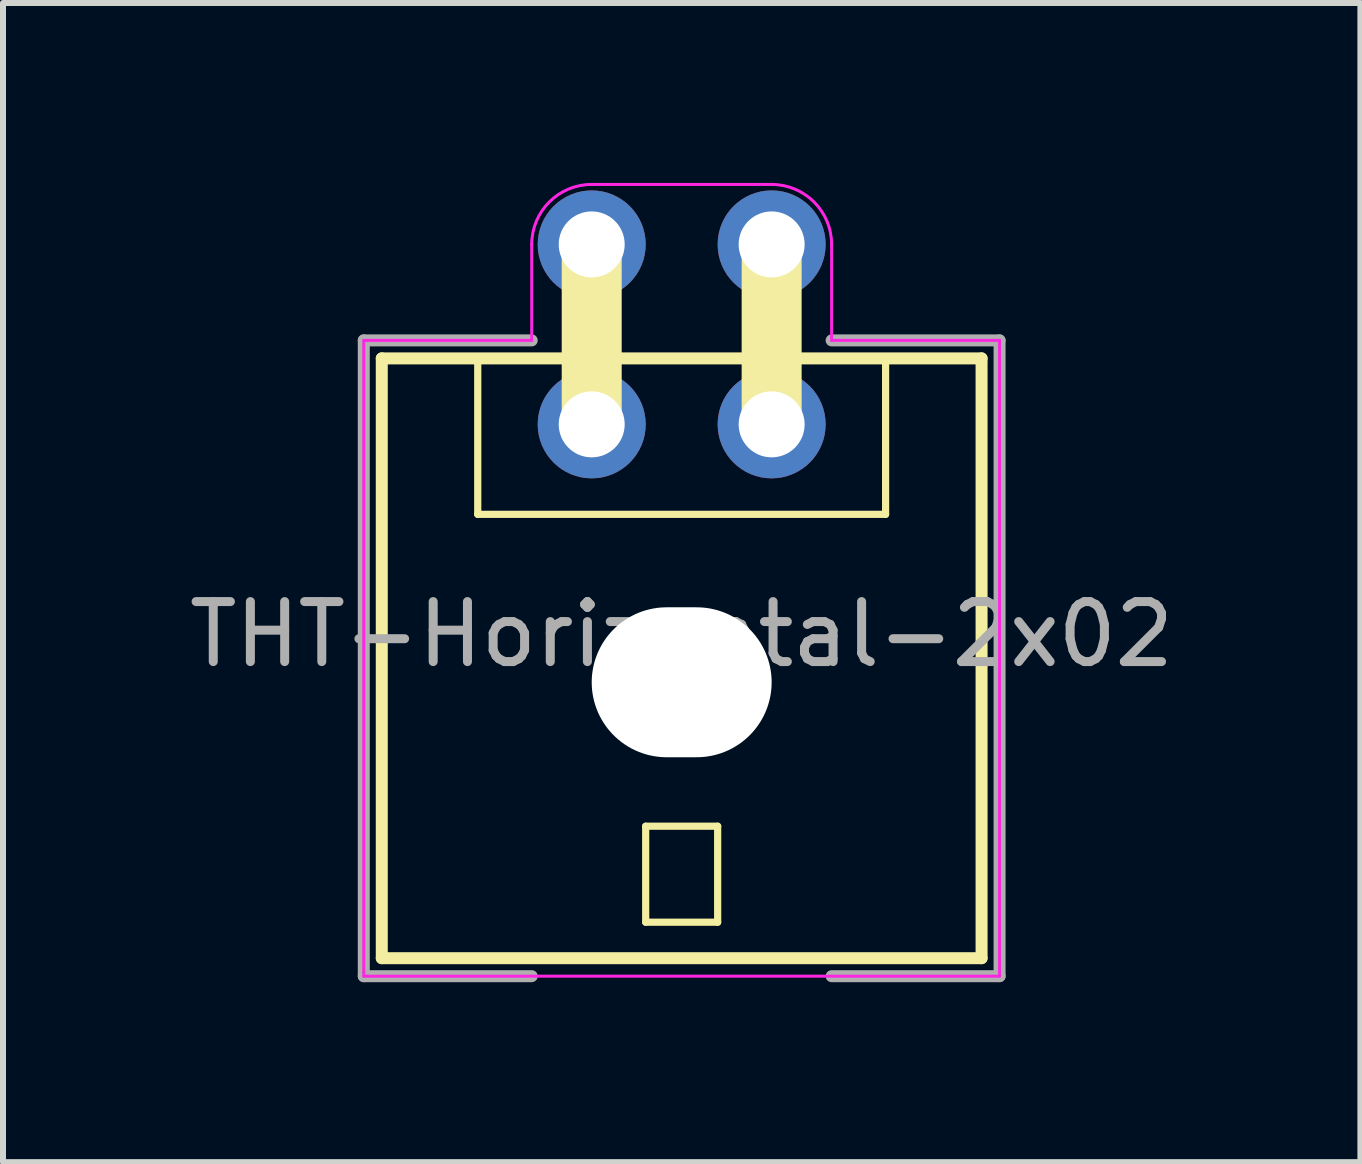
<source format=kicad_pcb>
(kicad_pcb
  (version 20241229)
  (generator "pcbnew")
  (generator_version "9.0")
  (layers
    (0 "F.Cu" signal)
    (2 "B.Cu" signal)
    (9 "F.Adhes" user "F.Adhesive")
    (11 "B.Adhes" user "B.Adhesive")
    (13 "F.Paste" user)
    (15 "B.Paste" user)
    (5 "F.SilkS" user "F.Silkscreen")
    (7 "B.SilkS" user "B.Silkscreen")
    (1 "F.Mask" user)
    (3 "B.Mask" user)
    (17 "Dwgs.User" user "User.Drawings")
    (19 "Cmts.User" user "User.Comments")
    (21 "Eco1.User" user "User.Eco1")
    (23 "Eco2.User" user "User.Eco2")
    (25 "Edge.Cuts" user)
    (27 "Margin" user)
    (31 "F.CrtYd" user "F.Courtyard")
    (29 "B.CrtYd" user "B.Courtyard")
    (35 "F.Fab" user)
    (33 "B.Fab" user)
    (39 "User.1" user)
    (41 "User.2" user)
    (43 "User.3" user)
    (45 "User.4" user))
  (footprint "THT-Horizontal-2x02"
    (layer "F.Cu")
    (at 8.315 2.525)
    (property "Reference" "THT-Horizontal-2x02" (at 0 5 0) (layer "F.Fab") (effects (font (size 1 1) (thickness 0.15))))
    (attr through_hole)
    (fp_line (start -5 0.4) (end 5 0.4) (stroke (width 0.2) (type solid)) (layer "F.SilkS"))
    (fp_line (start -5 10.4) (end -5 0.4) (stroke (width 0.2) (type solid)) (layer "F.SilkS"))
    (fp_line (start -5 10.4) (end 5 10.4) (stroke (width 0.2) (type solid)) (layer "F.SilkS"))
    (fp_line (start -3.4 0.4) (end -3.4 3) (stroke (width 0.12) (type solid)) (layer "F.SilkS"))
    (fp_line (start -3.4 3) (end 3.4 3) (stroke (width 0.12) (type solid)) (layer "F.SilkS"))
    (fp_line (start -0.6 8.2) (end 0.6 8.2) (stroke (width 0.12) (type solid)) (layer "F.SilkS"))
    (fp_line (start -0.6 9.8) (end -0.6 8.2) (stroke (width 0.12) (type solid)) (layer "F.SilkS"))
    (fp_line (start -0.6 9.8) (end 0.6 9.8) (stroke (width 0.12) (type solid)) (layer "F.SilkS"))
    (fp_line (start 0.6 9.8) (end 0.6 8.2) (stroke (width 0.12) (type solid)) (layer "F.SilkS"))
    (fp_line (start 3.4 0.4) (end 3.4 3) (stroke (width 0.12) (type solid)) (layer "F.SilkS"))
    (fp_line (start 5 10.4) (end 5 0.4) (stroke (width 0.2) (type solid)) (layer "F.SilkS"))
    (fp_poly (pts (xy -1.2 1.6) (xy -1.8 1.6) (xy -1.8 -1.6) (xy -1.2 -1.6)) (stroke (width 0.4) (type solid)) (fill yes) (layer "F.SilkS"))
    (fp_poly (pts (xy 1.8 1.6) (xy 1.2 1.6) (xy 1.2 -1.6) (xy 1.8 -1.6)) (stroke (width 0.4) (type solid)) (fill yes) (layer "F.SilkS"))
    (fp_line (start -5.3 0.1) (end -2.5 0.1) (stroke (width 0.05) (type solid)) (layer "F.CrtYd"))
    (fp_line (start -5.3 10.7) (end -5.3 0.1) (stroke (width 0.05) (type solid)) (layer "F.CrtYd"))
    (fp_line (start -5.3 10.7) (end 5.3 10.7) (stroke (width 0.05) (type solid)) (layer "F.CrtYd"))
    (fp_line (start -2.5 -1.5) (end -2.5 0.1) (stroke (width 0.05) (type solid)) (layer "F.CrtYd"))
    (fp_line (start 1.5 -2.5) (end -1.5 -2.5) (stroke (width 0.05) (type solid)) (layer "F.CrtYd"))
    (fp_line (start 2.5 -1.5) (end 2.5 0.1) (stroke (width 0.05) (type solid)) (layer "F.CrtYd"))
    (fp_line (start 2.5 0.1) (end 5.3 0.1) (stroke (width 0.05) (type solid)) (layer "F.CrtYd"))
    (fp_line (start 5.3 10.7) (end 5.3 0.1) (stroke (width 0.05) (type solid)) (layer "F.CrtYd"))
    (fp_arc (start -2.5 -1.5) (mid -2.207107 -2.207107) (end -1.5 -2.5) (stroke (width 0.05) (type solid)) (layer "F.CrtYd"))
    (fp_arc (start 1.5 -2.5) (mid 2.207107 -2.207107) (end 2.5 -1.5) (stroke (width 0.05) (type solid)) (layer "F.CrtYd"))
    (fp_line (start -5.3 0.1) (end -5.3 10.7) (stroke (width 0.2) (type solid)) (layer "F.Fab"))
    (fp_line (start -2.5 0.1) (end -5.3 0.1) (stroke (width 0.2) (type solid)) (layer "F.Fab"))
    (fp_line (start -2.5 10.7) (end -5.3 10.7) (stroke (width 0.2) (type solid)) (layer "F.Fab"))
    (fp_line (start 5.3 0.1) (end 2.5 0.1) (stroke (width 0.2) (type solid)) (layer "F.Fab"))
    (fp_line (start 5.3 0.1) (end 5.3 10.7) (stroke (width 0.2) (type solid)) (layer "F.Fab"))
    (fp_line (start 5.3 10.7) (end 2.5 10.7) (stroke (width 0.2) (type solid)) (layer "F.Fab"))
    (pad "" np_thru_hole oval (at 0 5.8) (size 3 2.5) (drill oval 3 2.5) (layers "*.Cu" "*.Mask"))
    (pad "1" thru_hole circle (at -1.5 1.5 180) (size 1.8 1.8) (drill 1.1) (layers "*.Cu" "*.Mask"))
    (pad "2" thru_hole circle (at -1.5 -1.5 180) (size 1.8 1.8) (drill 1.1) (layers "*.Cu" "*.Mask"))
    (pad "3" thru_hole circle (at 1.5 1.5 180) (size 1.8 1.8) (drill 1.1) (layers "*.Cu" "*.Mask"))
    (pad "4" thru_hole circle (at 1.5 -1.5 180) (size 1.8 1.8) (drill 1.1) (layers "*.Cu" "*.Mask")))
  (gr_rect
    (start -3 -3)
    (end 19.631 16.325)
    (stroke (width 0.1) (type default))
    (fill no)
    (layer "Edge.Cuts")))
</source>
